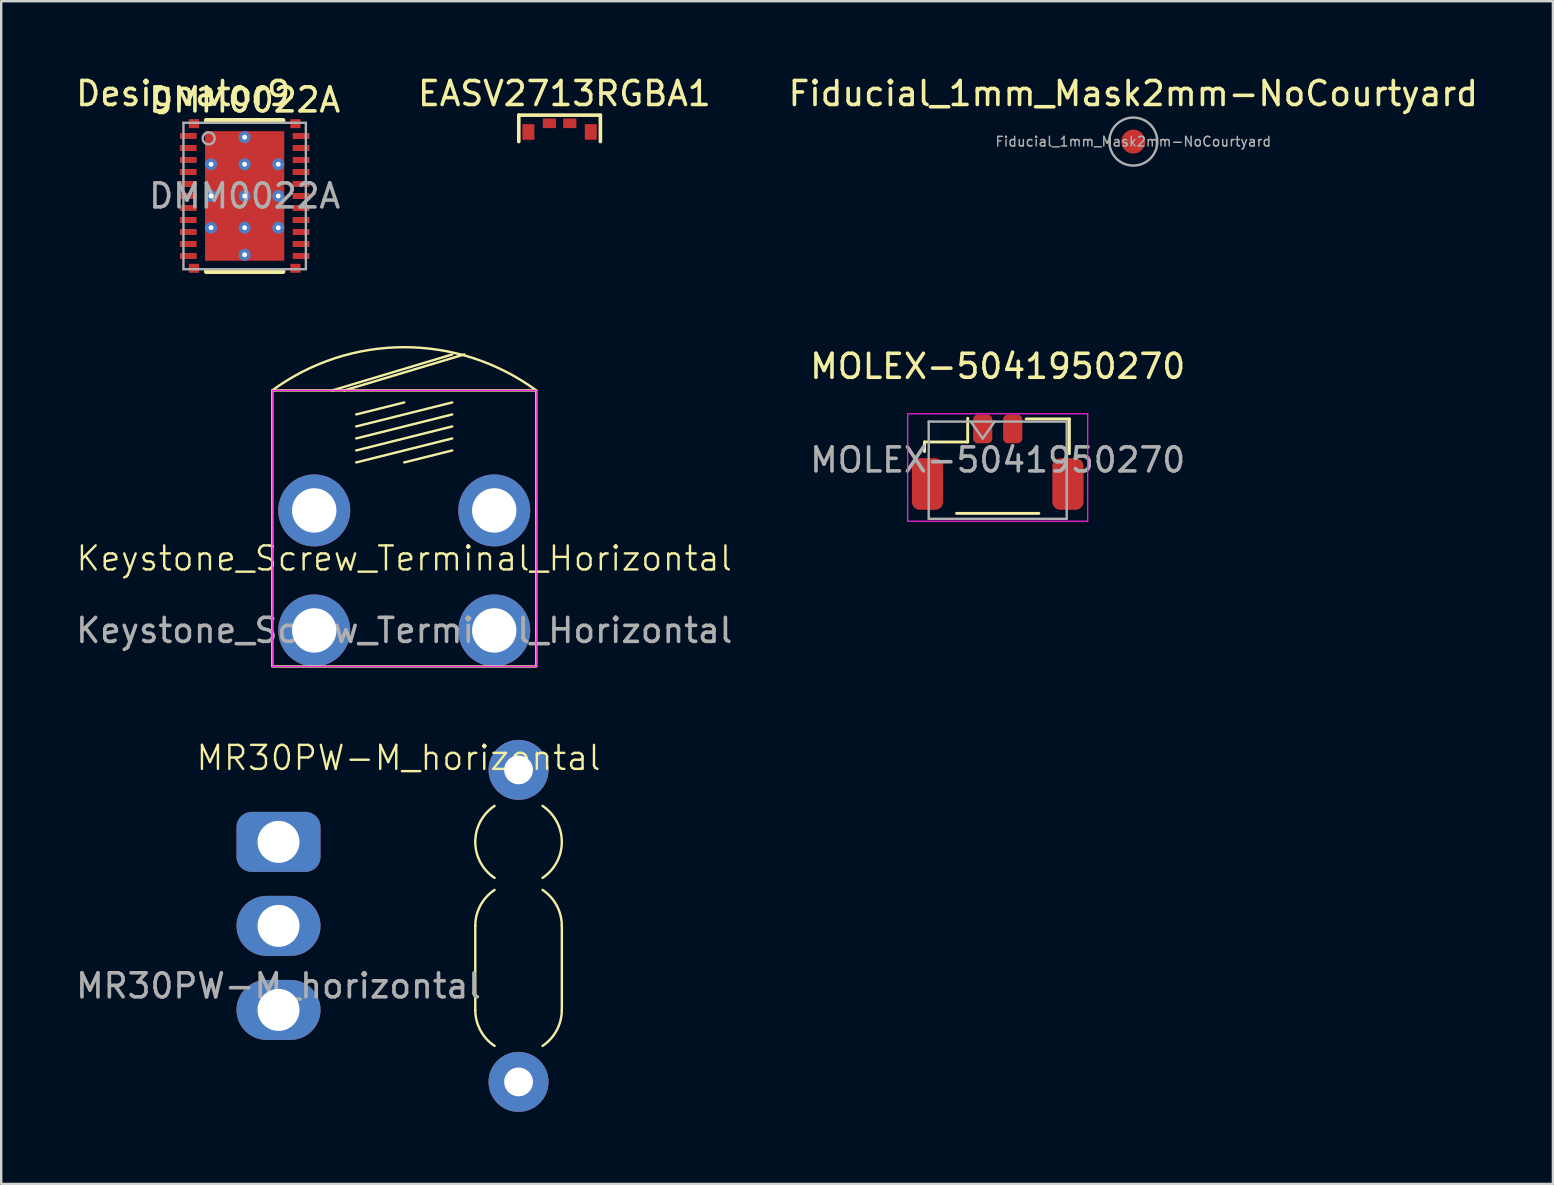
<source format=kicad_pcb>
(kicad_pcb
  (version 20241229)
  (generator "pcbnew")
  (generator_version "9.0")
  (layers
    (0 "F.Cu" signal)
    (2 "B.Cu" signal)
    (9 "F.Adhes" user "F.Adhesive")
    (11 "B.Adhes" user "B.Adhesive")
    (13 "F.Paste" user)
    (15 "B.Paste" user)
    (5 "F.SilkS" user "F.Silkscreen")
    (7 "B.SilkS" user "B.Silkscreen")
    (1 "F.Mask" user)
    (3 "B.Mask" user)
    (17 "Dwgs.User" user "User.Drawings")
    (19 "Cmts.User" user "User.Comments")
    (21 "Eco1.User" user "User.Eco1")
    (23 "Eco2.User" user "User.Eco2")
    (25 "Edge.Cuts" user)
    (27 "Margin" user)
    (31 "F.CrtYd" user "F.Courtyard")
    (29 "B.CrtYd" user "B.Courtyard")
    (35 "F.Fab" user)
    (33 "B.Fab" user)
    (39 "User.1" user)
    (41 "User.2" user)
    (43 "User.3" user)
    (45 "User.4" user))
  (footprint "EASV2713RGBA1"
    (layer "F.Cu")
    (at 20.264 2.448)
    (property "Reference" "EASV2713RGBA1" (at 0.2 -1.6 0) (layer "F.SilkS") (effects (font (size 1 1) (thickness 0.15))))
    (attr through_hole)
    (fp_line (start -1.7 -0.7) (end 1.7 -0.7) (stroke (width 0.15) (type solid)) (layer "F.SilkS"))
    (fp_line (start -1.7 0.4) (end -1.7 -0.7) (stroke (width 0.15) (type solid)) (layer "F.SilkS"))
    (fp_line (start 1.7 -0.7) (end 1.7 0.4) (stroke (width 0.15) (type solid)) (layer "F.SilkS"))
    (pad "1" smd rect (at -1.3 0) (size 0.5 0.65) (layers "F.Cu" "F.Mask" "F.Paste"))
    (pad "2" smd rect (at -0.425 -0.36) (size 0.55 0.4) (layers "F.Cu" "F.Mask" "F.Paste"))
    (pad "3" smd rect (at 0.425 -0.36) (size 0.55 0.4) (layers "F.Cu" "F.Mask" "F.Paste"))
    (pad "4" smd rect (at 1.3 0) (size 0.5 0.65) (layers "F.Cu" "F.Mask" "F.Paste")))
  (footprint "MOLEX-5041950270"
    (layer "F.Cu")
    (at 38.518 16.114)
    (property "Reference" "MOLEX-5041950270" (at 0 -3.9 0) (layer "F.SilkS") (effects (font (size 1 1) (thickness 0.15))))
    (attr smd)
    (fp_line (start -3.05 -0.75) (end -1.25 -0.75) (stroke (width 0.12) (type solid)) (layer "F.SilkS"))
    (fp_line (start -3.05 -0.35) (end -3.05 -0.75) (stroke (width 0.12) (type solid)) (layer "F.SilkS"))
    (fp_line (start -1.715 2.225) (end 1.715 2.225) (stroke (width 0.12) (type solid)) (layer "F.SilkS"))
    (fp_line (start -1.25 -0.75) (end -1.25 -1.74) (stroke (width 0.12) (type solid)) (layer "F.SilkS"))
    (fp_line (start 2.985 -1.71) (end 1.185 -1.71) (stroke (width 0.12) (type solid)) (layer "F.SilkS"))
    (fp_line (start 2.985 -0.26) (end 2.985 -1.71) (stroke (width 0.12) (type solid)) (layer "F.SilkS"))
    (fp_line (start -3.75 -1.925) (end -3.75 2.55) (stroke (width 0.05) (type solid)) (layer "F.CrtYd"))
    (fp_line (start -3.75 2.55) (end 3.75 2.55) (stroke (width 0.05) (type solid)) (layer "F.CrtYd"))
    (fp_line (start 3.75 -1.925) (end -3.75 -1.925) (stroke (width 0.05) (type solid)) (layer "F.CrtYd"))
    (fp_line (start 3.75 2.55) (end 3.75 -1.925) (stroke (width 0.05) (type solid)) (layer "F.CrtYd"))
    (fp_line (start -2.875 -1.6) (end -2.875 2.45) (stroke (width 0.1) (type solid)) (layer "F.Fab"))
    (fp_line (start -2.875 -1.6) (end 2.875 -1.6) (stroke (width 0.1) (type solid)) (layer "F.Fab"))
    (fp_line (start -2.875 2.45) (end 2.875 2.45) (stroke (width 0.1) (type solid)) (layer "F.Fab"))
    (fp_line (start -1.125 -1.6) (end -0.625 -0.893) (stroke (width 0.1) (type solid)) (layer "F.Fab"))
    (fp_line (start -0.625 -0.893) (end -0.125 -1.6) (stroke (width 0.1) (type solid)) (layer "F.Fab"))
    (fp_line (start 2.875 -1.6) (end 2.875 2.45) (stroke (width 0.1) (type solid)) (layer "F.Fab"))
    (fp_text user "${REFERENCE}" (at 0 0 0) (layer "F.Fab") (effects (font (size 1 1) (thickness 0.15))))
    (pad "1" smd roundrect (at -0.625 -1.295) (size 0.8 1.2) (layers "F.Cu" "F.Mask" "F.Paste") (roundrect_rratio 0.25))
    (pad "2" smd roundrect (at 0.625 -1.295) (size 0.8 1.2) (layers "F.Cu" "F.Mask" "F.Paste") (roundrect_rratio 0.25))
    (pad "MP" smd roundrect (at -2.925 1) (size 1.3 2.15) (layers "F.Cu" "F.Mask" "F.Paste") (roundrect_rratio 0.25))
    (pad "MP" smd roundrect (at 2.925 1) (size 1.3 2.15) (layers "F.Cu" "F.Mask" "F.Paste") (roundrect_rratio 0.25)))
  (footprint "Keystone_Screw_Terminal_Horizontal"
    (layer "F.Cu")
    (at 13.792 20.716)
    (property "Reference" "Keystone_Screw_Terminal_Horizontal" (at 0 -0.5 0) (unlocked yes) (layer "F.SilkS") (effects (font (size 1 1) (thickness 0.1))))
    (attr smd)
    (fp_line (start -2.5 -7.5) (end 2.5 -9) (stroke (width 0.1) (type default)) (layer "F.SilkS"))
    (fp_line (start -2 -6.5) (end 0 -7) (stroke (width 0.1) (type default)) (layer "F.SilkS"))
    (fp_line (start 2 -9) (end -3 -7.5) (stroke (width 0.1) (type default)) (layer "F.SilkS"))
    (fp_line (start 2 -7) (end -2 -6) (stroke (width 0.1) (type default)) (layer "F.SilkS"))
    (fp_line (start 2 -6.5) (end -2 -5.5) (stroke (width 0.1) (type default)) (layer "F.SilkS"))
    (fp_line (start 2 -6) (end -2 -5) (stroke (width 0.1) (type default)) (layer "F.SilkS"))
    (fp_line (start 2 -5.5) (end -2 -4.5) (stroke (width 0.1) (type default)) (layer "F.SilkS"))
    (fp_line (start 2 -5) (end 0 -4.5) (stroke (width 0.1) (type default)) (layer "F.SilkS"))
    (fp_rect (start -5.5 -7.5) (end 5.5 4) (stroke (width 0.1) (type default)) (fill no) (layer "F.SilkS"))
    (fp_arc (start -5.5 -7.5) (mid 0 -9.300538) (end 5.5 -7.5) (stroke (width 0.1) (type default)) (layer "F.SilkS"))
    (fp_rect (start -5.5 -7.5) (end 5.5 4) (stroke (width 0.05) (type default)) (fill no) (layer "F.CrtYd"))
    (fp_text user "${REFERENCE}" (at 0 2.5 0) (unlocked yes) (layer "F.Fab") (effects (font (size 1 1) (thickness 0.15))))
    (pad "1" thru_hole circle (at -3.75 -2.5) (size 3 3) (drill 1.85) (layers "*.Cu" "*.Mask"))
    (pad "1" thru_hole circle (at -3.75 2.5) (size 3 3) (drill 1.85) (layers "*.Cu" "*.Mask"))
    (pad "1" thru_hole circle (at 3.75 -2.5) (size 3 3) (drill 1.85) (layers "*.Cu" "*.Mask"))
    (pad "1" thru_hole circle (at 3.75 2.5) (size 3 3) (drill 1.85) (layers "*.Cu" "*.Mask")))
  (footprint "Fiducial_1mm_Mask2mm-NoCourtyard"
    (layer "F.Cu")
    (at 44.167 2.848)
    (property "Reference" "Fiducial_1mm_Mask2mm-NoCourtyard" (at 0 -2 0) (layer "F.SilkS") (effects (font (size 1 1) (thickness 0.15))))
    (attr smd exclude_from_pos_files exclude_from_bom allow_missing_courtyard)
    (fp_circle (center 0 0) (end 1 0) (stroke (width 0.1) (type solid)) (fill no) (layer "F.Fab"))
    (fp_text user "${REFERENCE}" (at 0 0 0) (layer "F.Fab") (effects (font (size 0.4 0.4) (thickness 0.06))))
    (pad "" smd circle (at 0 0) (size 1 1) (layers "F.Cu" "F.Mask")))
  (footprint "DMM0022A"
    (layer "F.Cu")
    (at 7.143 5.115)
    (property "Reference" "DMM0022A" (at 0 -4 0) (unlocked yes) (layer "F.SilkS") (effects (font (size 1 1) (thickness 0.15))))
    (attr smd)
    (fp_line (start -1.6 -3.15) (end 1.6 -3.15) (stroke (width 0.2) (type solid)) (layer "F.SilkS"))
    (fp_line (start -1.6 3.15) (end 1.6 3.15) (stroke (width 0.2) (type solid)) (layer "F.SilkS"))
    (fp_poly (pts (xy -1.51 -1.47) (xy -1.51 -2.49) (xy -1.509 -2.499) (xy -1.506 -2.509) (xy -1.502 -2.518) (xy -1.495 -2.525) (xy -1.488 -2.532) (xy -1.479 -2.536) (xy -1.469 -2.539) (xy -1.46 -2.54) (xy -0.15 -2.54) (xy -0.141 -2.539) (xy -0.131 -2.536) (xy -0.122 -2.532) (xy -0.115 -2.525) (xy -0.108 -2.518) (xy -0.104 -2.509) (xy -0.101 -2.499) (xy -0.1 -2.49) (xy -0.1 -1.47) (xy -0.101 -1.461) (xy -0.104 -1.451) (xy -0.108 -1.442) (xy -0.115 -1.435) (xy -0.122 -1.428) (xy -0.131 -1.424) (xy -0.141 -1.421) (xy -0.15 -1.42) (xy -1.46 -1.42) (xy -1.469 -1.421) (xy -1.479 -1.424) (xy -1.488 -1.428) (xy -1.495 -1.435) (xy -1.502 -1.442) (xy -1.506 -1.451) (xy -1.509 -1.461)) (stroke (width 0) (type solid)) (fill yes) (layer "F.Paste"))
    (fp_poly (pts (xy -1.51 -0.15) (xy -1.51 -1.17) (xy -1.509 -1.179) (xy -1.506 -1.189) (xy -1.502 -1.198) (xy -1.495 -1.205) (xy -1.488 -1.212) (xy -1.479 -1.216) (xy -1.469 -1.219) (xy -1.46 -1.22) (xy -0.15 -1.22) (xy -0.141 -1.219) (xy -0.131 -1.216) (xy -0.122 -1.212) (xy -0.115 -1.205) (xy -0.108 -1.198) (xy -0.104 -1.189) (xy -0.101 -1.179) (xy -0.1 -1.17) (xy -0.1 -0.15) (xy -0.101 -0.141) (xy -0.104 -0.131) (xy -0.108 -0.122) (xy -0.115 -0.115) (xy -0.122 -0.108) (xy -0.131 -0.104) (xy -0.141 -0.101) (xy -0.15 -0.1) (xy -1.46 -0.1) (xy -1.469 -0.101) (xy -1.479 -0.104) (xy -1.488 -0.108) (xy -1.495 -0.115) (xy -1.502 -0.122) (xy -1.506 -0.131) (xy -1.509 -0.141)) (stroke (width 0) (type solid)) (fill yes) (layer "F.Paste"))
    (fp_poly (pts (xy -1.51 1.17) (xy -1.51 0.15) (xy -1.509 0.141) (xy -1.506 0.131) (xy -1.502 0.122) (xy -1.495 0.115) (xy -1.488 0.108) (xy -1.479 0.104) (xy -1.469 0.101) (xy -1.46 0.1) (xy -0.15 0.1) (xy -0.141 0.101) (xy -0.131 0.104) (xy -0.122 0.108) (xy -0.115 0.115) (xy -0.108 0.122) (xy -0.104 0.131) (xy -0.101 0.141) (xy -0.1 0.15) (xy -0.1 1.17) (xy -0.101 1.179) (xy -0.104 1.189) (xy -0.108 1.198) (xy -0.115 1.205) (xy -0.122 1.212) (xy -0.131 1.216) (xy -0.141 1.219) (xy -0.15 1.22) (xy -1.46 1.22) (xy -1.469 1.219) (xy -1.479 1.216) (xy -1.488 1.212) (xy -1.495 1.205) (xy -1.502 1.198) (xy -1.506 1.189) (xy -1.509 1.179)) (stroke (width 0) (type solid)) (fill yes) (layer "F.Paste"))
    (fp_poly (pts (xy -1.51 2.49) (xy -1.51 1.47) (xy -1.509 1.461) (xy -1.506 1.451) (xy -1.502 1.442) (xy -1.495 1.435) (xy -1.488 1.428) (xy -1.479 1.424) (xy -1.469 1.421) (xy -1.46 1.42) (xy -0.15 1.42) (xy -0.141 1.421) (xy -0.131 1.424) (xy -0.122 1.428) (xy -0.115 1.435) (xy -0.108 1.442) (xy -0.104 1.451) (xy -0.101 1.461) (xy -0.1 1.47) (xy -0.1 2.49) (xy -0.101 2.499) (xy -0.104 2.509) (xy -0.108 2.518) (xy -0.115 2.525) (xy -0.122 2.532) (xy -0.131 2.536) (xy -0.141 2.539) (xy -0.15 2.54) (xy -1.46 2.54) (xy -1.469 2.539) (xy -1.479 2.536) (xy -1.488 2.532) (xy -1.495 2.525) (xy -1.502 2.518) (xy -1.506 2.509) (xy -1.509 2.499)) (stroke (width 0) (type solid)) (fill yes) (layer "F.Paste"))
    (fp_poly (pts (xy 0.1 -1.47) (xy 0.1 -2.49) (xy 0.101 -2.499) (xy 0.104 -2.509) (xy 0.108 -2.518) (xy 0.115 -2.525) (xy 0.122 -2.532) (xy 0.131 -2.536) (xy 0.141 -2.539) (xy 0.15 -2.54) (xy 1.46 -2.54) (xy 1.469 -2.539) (xy 1.479 -2.536) (xy 1.488 -2.532) (xy 1.495 -2.525) (xy 1.502 -2.518) (xy 1.506 -2.509) (xy 1.509 -2.499) (xy 1.51 -2.49) (xy 1.51 -1.47) (xy 1.509 -1.461) (xy 1.506 -1.451) (xy 1.502 -1.442) (xy 1.495 -1.435) (xy 1.488 -1.428) (xy 1.479 -1.424) (xy 1.469 -1.421) (xy 1.46 -1.42) (xy 0.15 -1.42) (xy 0.141 -1.421) (xy 0.131 -1.424) (xy 0.122 -1.428) (xy 0.115 -1.435) (xy 0.108 -1.442) (xy 0.104 -1.451) (xy 0.101 -1.461)) (stroke (width 0) (type solid)) (fill yes) (layer "F.Paste"))
    (fp_poly (pts (xy 0.1 2.49) (xy 0.1 1.47) (xy 0.101 1.461) (xy 0.104 1.451) (xy 0.108 1.442) (xy 0.115 1.435) (xy 0.122 1.428) (xy 0.131 1.424) (xy 0.141 1.421) (xy 0.15 1.42) (xy 1.46 1.42) (xy 1.469 1.421) (xy 1.479 1.424) (xy 1.488 1.428) (xy 1.495 1.435) (xy 1.502 1.442) (xy 1.506 1.451) (xy 1.509 1.461) (xy 1.51 1.47) (xy 1.51 2.49) (xy 1.509 2.499) (xy 1.506 2.509) (xy 1.502 2.518) (xy 1.495 2.525) (xy 1.488 2.532) (xy 1.479 2.536) (xy 1.469 2.539) (xy 1.46 2.54) (xy 0.15 2.54) (xy 0.141 2.539) (xy 0.131 2.536) (xy 0.122 2.532) (xy 0.115 2.525) (xy 0.108 2.518) (xy 0.104 2.509) (xy 0.101 2.499)) (stroke (width 0) (type solid)) (fill yes) (layer "F.Paste"))
    (fp_poly (pts (xy 1.51 -1.17) (xy 1.51 -0.15) (xy 1.509 -0.141) (xy 1.506 -0.131) (xy 1.502 -0.122) (xy 1.495 -0.115) (xy 1.488 -0.108) (xy 1.479 -0.104) (xy 1.469 -0.101) (xy 1.46 -0.1) (xy 0.15 -0.1) (xy 0.141 -0.101) (xy 0.131 -0.104) (xy 0.122 -0.108) (xy 0.115 -0.115) (xy 0.108 -0.122) (xy 0.104 -0.131) (xy 0.101 -0.141) (xy 0.1 -0.15) (xy 0.1 -1.17) (xy 0.101 -1.179) (xy 0.104 -1.189) (xy 0.108 -1.198) (xy 0.115 -1.205) (xy 0.122 -1.212) (xy 0.131 -1.216) (xy 0.141 -1.219) (xy 0.15 -1.22) (xy 1.46 -1.22) (xy 1.469 -1.219) (xy 1.479 -1.216) (xy 1.488 -1.212) (xy 1.495 -1.205) (xy 1.502 -1.198) (xy 1.506 -1.189) (xy 1.509 -1.179)) (stroke (width 0) (type solid)) (fill yes) (layer "F.Paste"))
    (fp_poly (pts (xy 1.51 0.15) (xy 1.51 1.17) (xy 1.509 1.179) (xy 1.506 1.189) (xy 1.502 1.198) (xy 1.495 1.205) (xy 1.488 1.212) (xy 1.479 1.216) (xy 1.469 1.219) (xy 1.46 1.22) (xy 0.15 1.22) (xy 0.141 1.219) (xy 0.131 1.216) (xy 0.122 1.212) (xy 0.115 1.205) (xy 0.108 1.198) (xy 0.104 1.189) (xy 0.101 1.179) (xy 0.1 1.17) (xy 0.1 0.15) (xy 0.101 0.141) (xy 0.104 0.131) (xy 0.108 0.122) (xy 0.115 0.115) (xy 0.122 0.108) (xy 0.131 0.104) (xy 0.141 0.101) (xy 0.15 0.1) (xy 1.46 0.1) (xy 1.469 0.101) (xy 1.479 0.104) (xy 1.488 0.108) (xy 1.495 0.115) (xy 1.502 0.122) (xy 1.506 0.131) (xy 1.509 0.141)) (stroke (width 0) (type solid)) (fill yes) (layer "F.Paste"))
    (fp_line (start -2.55 -3.05) (end 2.55 -3.05) (stroke (width 0.1) (type solid)) (layer "F.Fab"))
    (fp_line (start -2.55 3.05) (end -2.55 -3.05) (stroke (width 0.1) (type solid)) (layer "F.Fab"))
    (fp_line (start -2.55 3.05) (end 2.55 3.05) (stroke (width 0.1) (type solid)) (layer "F.Fab"))
    (fp_line (start 2.55 3.05) (end 2.55 -3.05) (stroke (width 0.1) (type solid)) (layer "F.Fab"))
    (fp_circle (center -1.5 -2.4) (end -1.25 -2.4) (stroke (width 0.1) (type solid)) (fill no) (layer "F.Fab"))
    (fp_text user "Designator9" (at -2.565 -4.267 0) (unlocked yes) (layer "F.SilkS") (effects (font (size 1 1) (thickness 0.15))))
    (fp_text user "${REFERENCE}" (at 0 0 0) (unlocked yes) (layer "F.Fab") (effects (font (size 1 1) (thickness 0.15))))
    (pad "1" smd rect (at -2.35 -2.5) (size 0.7 0.25) (layers "F.Cu" "F.Mask" "F.Paste"))
    (pad "2" smd rect (at -2.35 -2) (size 0.7 0.25) (layers "F.Cu" "F.Mask" "F.Paste"))
    (pad "3" smd rect (at -2.35 -1.5) (size 0.7 0.25) (layers "F.Cu" "F.Mask" "F.Paste"))
    (pad "4" smd rect (at -2.35 -1) (size 0.7 0.25) (layers "F.Cu" "F.Mask" "F.Paste"))
    (pad "5" smd rect (at -2.35 -0.5) (size 0.7 0.25) (layers "F.Cu" "F.Mask" "F.Paste"))
    (pad "6" smd rect (at -2.35 0) (size 0.7 0.25) (layers "F.Cu" "F.Mask" "F.Paste"))
    (pad "7" smd rect (at -2.35 0.5) (size 0.7 0.25) (layers "F.Cu" "F.Mask" "F.Paste"))
    (pad "8" smd rect (at -2.35 1) (size 0.7 0.25) (layers "F.Cu" "F.Mask" "F.Paste"))
    (pad "9" smd rect (at -2.35 1.5) (size 0.7 0.25) (layers "F.Cu" "F.Mask" "F.Paste"))
    (pad "10" smd rect (at -2.35 2) (size 0.7 0.25) (layers "F.Cu" "F.Mask" "F.Paste"))
    (pad "11" smd rect (at -2.35 2.5) (size 0.7 0.25) (layers "F.Cu" "F.Mask" "F.Paste"))
    (pad "12" smd rect (at 2.35 2.5) (size 0.7 0.25) (layers "F.Cu" "F.Mask" "F.Paste"))
    (pad "13" smd rect (at 2.35 2) (size 0.7 0.25) (layers "F.Cu" "F.Mask" "F.Paste"))
    (pad "14" smd rect (at 2.35 1.5) (size 0.7 0.25) (layers "F.Cu" "F.Mask" "F.Paste"))
    (pad "15" smd rect (at 2.35 1) (size 0.7 0.25) (layers "F.Cu" "F.Mask" "F.Paste"))
    (pad "16" smd rect (at 2.35 0.5) (size 0.7 0.25) (layers "F.Cu" "F.Mask" "F.Paste"))
    (pad "17" smd rect (at 2.35 0) (size 0.7 0.25) (layers "F.Cu" "F.Mask" "F.Paste"))
    (pad "18" smd rect (at 2.35 -0.5) (size 0.7 0.25) (layers "F.Cu" "F.Mask" "F.Paste"))
    (pad "19" smd rect (at 2.35 -1) (size 0.7 0.25) (layers "F.Cu" "F.Mask" "F.Paste"))
    (pad "20" smd rect (at 2.35 -1.5) (size 0.7 0.25) (layers "F.Cu" "F.Mask" "F.Paste"))
    (pad "21" smd rect (at 2.35 -2) (size 0.7 0.25) (layers "F.Cu" "F.Mask" "F.Paste"))
    (pad "22" smd rect (at 2.35 -2.5) (size 0.7 0.25) (layers "F.Cu" "F.Mask" "F.Paste"))
    (pad "23" smd rect (at -2.115 -3.013) (size 0.43 0.375) (layers "F.Cu" "F.Mask" "F.Paste"))
    (pad "24" smd rect (at -2.115 3.013) (size 0.43 0.375) (layers "F.Cu" "F.Mask" "F.Paste"))
    (pad "25" smd rect (at 2.115 3.013) (size 0.43 0.375) (layers "F.Cu" "F.Mask" "F.Paste"))
    (pad "26" smd rect (at 2.115 -3.013) (size 0.43 0.375) (layers "F.Cu" "F.Mask" "F.Paste"))
    (pad "27" smd rect (at 0 0) (size 3.3 5.4) (layers "F.Cu" "F.Mask" "F.Paste"))
    (pad "V" thru_hole circle (at -1.4 -1.32) (size 0.5 0.5) (drill 0.203) (layers "*.Cu" "*.Mask"))
    (pad "V" thru_hole circle (at -1.4 0) (size 0.5 0.5) (drill 0.203) (layers "*.Cu" "*.Mask"))
    (pad "V" thru_hole circle (at -1.4 1.32) (size 0.5 0.5) (drill 0.203) (layers "*.Cu" "*.Mask"))
    (pad "V" thru_hole circle (at 0 -2.45) (size 0.5 0.5) (drill 0.203) (layers "*.Cu" "*.Mask"))
    (pad "V" thru_hole circle (at 0 -1.32) (size 0.5 0.5) (drill 0.203) (layers "*.Cu" "*.Mask"))
    (pad "V" thru_hole circle (at 0 0) (size 0.5 0.5) (drill 0.203) (layers "*.Cu" "*.Mask"))
    (pad "V" thru_hole circle (at 0 1.32) (size 0.5 0.5) (drill 0.203) (layers "*.Cu" "*.Mask"))
    (pad "V" thru_hole circle (at 0 2.45) (size 0.5 0.5) (drill 0.203) (layers "*.Cu" "*.Mask"))
    (pad "V" thru_hole circle (at 1.4 -1.32) (size 0.5 0.5) (drill 0.203) (layers "*.Cu" "*.Mask"))
    (pad "V" thru_hole circle (at 1.4 0) (size 0.5 0.5) (drill 0.203) (layers "*.Cu" "*.Mask"))
    (pad "V" thru_hole circle (at 1.4 1.32) (size 0.5 0.5) (drill 0.203) (layers "*.Cu" "*.Mask")))
  (footprint "MR30PW-M_horizontal"
    (layer "F.Cu")
    (at 8.554 35.526)
    (property "Reference" "MR30PW-M_horizontal" (at 5 -7 0) (unlocked yes) (layer "F.SilkS") (effects (font (size 1 1) (thickness 0.1))))
    (attr through_hole)
    (fp_line (start 8.197 0) (end 8.197 3.5) (stroke (width 0.1) (type default)) (layer "F.SilkS"))
    (fp_line (start 11.803 0) (end 11.803 3.5) (stroke (width 0.1) (type default)) (layer "F.SilkS"))
    (fp_arc (start 8.197225 0) (mid 8.410539 -0.850653) (end 9 -1.499999) (stroke (width 0.1) (type default)) (layer "F.SilkS"))
    (fp_arc (start 9 -2.000001) (mid 8.197225 -3.499999) (end 8.999999 -4.999998) (stroke (width 0.1) (type default)) (layer "F.SilkS"))
    (fp_arc (start 9 4.999999) (mid 8.410539 4.350653) (end 8.197225 3.5) (stroke (width 0.1) (type default)) (layer "F.SilkS"))
    (fp_arc (start 11 -4.999999) (mid 11.802775 -3.5) (end 11 -2.000001) (stroke (width 0.1) (type default)) (layer "F.SilkS"))
    (fp_arc (start 11 -1.499999) (mid 11.589461 -0.850653) (end 11.802775 0) (stroke (width 0.1) (type default)) (layer "F.SilkS"))
    (fp_arc (start 11.802775 3.5) (mid 11.589461 4.350653) (end 11 4.999999) (stroke (width 0.1) (type default)) (layer "F.SilkS"))
    (fp_text user "${REFERENCE}" (at 0 2.5 0) (unlocked yes) (layer "F.Fab") (effects (font (size 1 1) (thickness 0.15))))
    (pad "" np_thru_hole circle (at 10 -6.5) (size 2.5 2.5) (drill 1.2) (layers "*.Cu" "*.Mask"))
    (pad "" np_thru_hole circle (at 10 6.5) (size 2.5 2.5) (drill 1.2) (layers "*.Cu" "*.Mask"))
    (pad "1" thru_hole roundrect (at 0 -3.5) (size 3.5 2.5) (drill 1.75) (layers "*.Cu" "*.Mask") (roundrect_rratio 0.25))
    (pad "2" thru_hole oval (at 0 0) (size 3.5 2.5) (drill 1.75) (layers "*.Cu" "*.Mask"))
    (pad "3" thru_hole oval (at 0 3.5) (size 3.5 2.5) (drill 1.75) (layers "*.Cu" "*.Mask")))
  (gr_rect
    (start -3 -3)
    (end 61.649 46.276)
    (stroke (width 0.1) (type default))
    (fill no)
    (layer "Edge.Cuts")))
</source>
